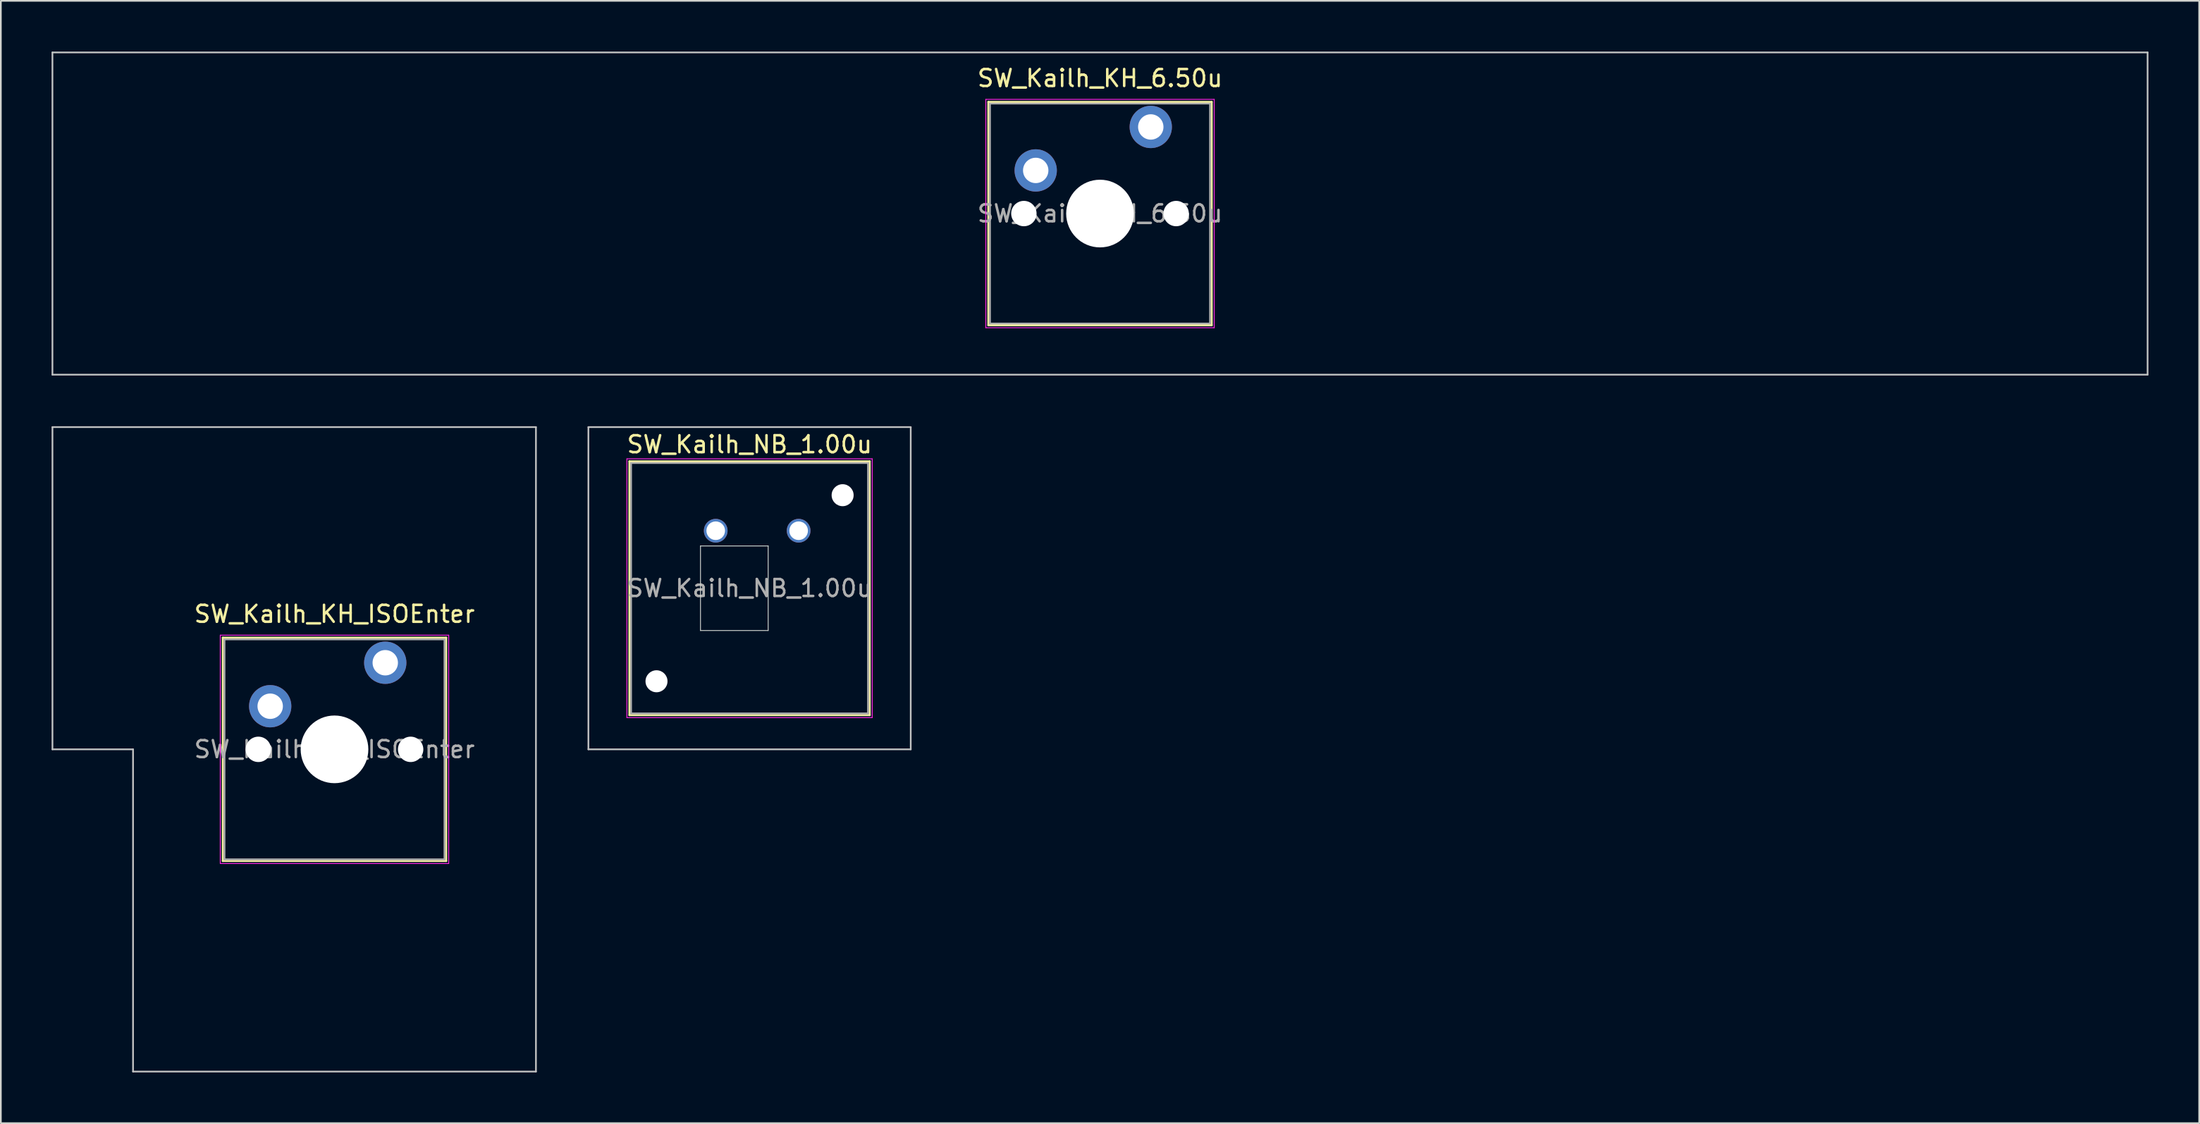
<source format=kicad_pcb>
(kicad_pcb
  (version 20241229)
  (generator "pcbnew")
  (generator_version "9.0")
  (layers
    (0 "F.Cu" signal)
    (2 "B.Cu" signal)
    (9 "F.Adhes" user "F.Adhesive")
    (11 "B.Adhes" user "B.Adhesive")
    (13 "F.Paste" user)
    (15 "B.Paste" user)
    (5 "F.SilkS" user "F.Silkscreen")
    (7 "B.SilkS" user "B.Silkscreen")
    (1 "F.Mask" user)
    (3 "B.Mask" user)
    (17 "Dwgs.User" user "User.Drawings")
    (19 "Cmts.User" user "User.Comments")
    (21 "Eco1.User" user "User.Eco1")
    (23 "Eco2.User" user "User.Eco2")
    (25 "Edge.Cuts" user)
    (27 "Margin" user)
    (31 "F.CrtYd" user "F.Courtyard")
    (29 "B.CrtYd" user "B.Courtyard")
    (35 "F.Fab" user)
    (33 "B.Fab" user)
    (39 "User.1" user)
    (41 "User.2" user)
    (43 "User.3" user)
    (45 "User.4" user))
  (footprint "SW_Kailh_KH_6.50u"
    (layer "F.Cu")
    (at 61.962 9.575)
    (property "Reference" "SW_Kailh_KH_6.50u" (at 0 -8 0) (layer "F.SilkS") (effects (font (size 1 1) (thickness 0.15))))
    (attr through_hole)
    (fp_line (start -6.6 -6.6) (end -6.6 6.6) (stroke (width 0.12) (type solid)) (layer "F.SilkS"))
    (fp_line (start -6.6 6.6) (end 6.6 6.6) (stroke (width 0.12) (type solid)) (layer "F.SilkS"))
    (fp_line (start 6.6 -6.6) (end -6.6 -6.6) (stroke (width 0.12) (type solid)) (layer "F.SilkS"))
    (fp_line (start 6.6 6.6) (end 6.6 -6.6) (stroke (width 0.12) (type solid)) (layer "F.SilkS"))
    (fp_line (start -61.913 -9.525) (end -61.913 9.525) (stroke (width 0.1) (type solid)) (layer "Dwgs.User"))
    (fp_line (start -61.913 9.525) (end 61.913 9.525) (stroke (width 0.1) (type solid)) (layer "Dwgs.User"))
    (fp_line (start 61.913 -9.525) (end -61.913 -9.525) (stroke (width 0.1) (type solid)) (layer "Dwgs.User"))
    (fp_line (start 61.913 9.525) (end 61.913 -9.525) (stroke (width 0.1) (type solid)) (layer "Dwgs.User"))
    (fp_line (start -6.1 -6.1) (end -6.1 6.1) (stroke (width 0.1) (type solid)) (layer "Eco1.User"))
    (fp_line (start -6.1 6.1) (end 6.1 6.1) (stroke (width 0.1) (type solid)) (layer "Eco1.User"))
    (fp_line (start 6.1 -6.1) (end -6.1 -6.1) (stroke (width 0.1) (type solid)) (layer "Eco1.User"))
    (fp_line (start 6.1 6.1) (end 6.1 -6.1) (stroke (width 0.1) (type solid)) (layer "Eco1.User"))
    (fp_line (start -6.75 -6.75) (end -6.75 6.75) (stroke (width 0.05) (type solid)) (layer "F.CrtYd"))
    (fp_line (start -6.75 6.75) (end 6.75 6.75) (stroke (width 0.05) (type solid)) (layer "F.CrtYd"))
    (fp_line (start 6.75 -6.75) (end -6.75 -6.75) (stroke (width 0.05) (type solid)) (layer "F.CrtYd"))
    (fp_line (start 6.75 6.75) (end 6.75 -6.75) (stroke (width 0.05) (type solid)) (layer "F.CrtYd"))
    (fp_line (start -6.5 -6.5) (end -6.5 6.5) (stroke (width 0.1) (type solid)) (layer "F.Fab"))
    (fp_line (start -6.5 6.5) (end 6.5 6.5) (stroke (width 0.1) (type solid)) (layer "F.Fab"))
    (fp_line (start 6.5 -6.5) (end -6.5 -6.5) (stroke (width 0.1) (type solid)) (layer "F.Fab"))
    (fp_line (start 6.5 6.5) (end 6.5 -6.5) (stroke (width 0.1) (type solid)) (layer "F.Fab"))
    (fp_text user "${REFERENCE}" (at 0 0 0) (layer "F.Fab") (effects (font (size 1 1) (thickness 0.15))))
    (pad "" np_thru_hole circle (at -4.5 0) (size 1.5 1.5) (drill 1.5) (layers "*.Cu" "*.Mask"))
    (pad "" smd circle (at -3.8 -2.55) (size 1.55 1.55) (layers "F.Mask"))
    (pad "" np_thru_hole circle (at 0 0) (size 4 4) (drill 4) (layers "*.Cu" "*.Mask"))
    (pad "" smd circle (at 3 -5.12) (size 1.55 1.55) (layers "F.Mask"))
    (pad "" np_thru_hole circle (at 4.5 0) (size 1.5 1.5) (drill 1.5) (layers "*.Cu" "*.Mask"))
    (pad "1" thru_hole circle (at -3.8 -2.55) (size 2.5 2.5) (drill 1.5) (layers "*.Cu" "B.Mask"))
    (pad "2" thru_hole circle (at 3 -5.12) (size 2.5 2.5) (drill 1.5) (layers "*.Cu" "B.Mask")))
  (footprint "SW_Kailh_NB_1.00u"
    (layer "F.Cu")
    (at 41.25 31.725)
    (property "Reference" "SW_Kailh_NB_1.00u" (at 0 -8.5 0) (layer "F.SilkS") (effects (font (size 1 1) (thickness 0.15))))
    (attr through_hole)
    (fp_line (start -7.1 -7.5) (end -7.1 7.5) (stroke (width 0.12) (type solid)) (layer "F.SilkS"))
    (fp_line (start -7.1 7.5) (end 7.1 7.5) (stroke (width 0.12) (type solid)) (layer "F.SilkS"))
    (fp_line (start 7.1 -7.5) (end -7.1 -7.5) (stroke (width 0.12) (type solid)) (layer "F.SilkS"))
    (fp_line (start 7.1 7.5) (end 7.1 -7.5) (stroke (width 0.12) (type solid)) (layer "F.SilkS"))
    (fp_line (start -9.525 -9.525) (end -9.525 9.525) (stroke (width 0.1) (type solid)) (layer "Dwgs.User"))
    (fp_line (start -9.525 9.525) (end 9.525 9.525) (stroke (width 0.1) (type solid)) (layer "Dwgs.User"))
    (fp_line (start 9.525 -9.525) (end -9.525 -9.525) (stroke (width 0.1) (type solid)) (layer "Dwgs.User"))
    (fp_line (start 9.525 9.525) (end 9.525 -9.525) (stroke (width 0.1) (type solid)) (layer "Dwgs.User"))
    (fp_line (start -2.9 -2.5) (end 1.1 -2.5) (stroke (width 0.05) (type solid)) (layer "Edge.Cuts"))
    (fp_line (start -2.9 2.5) (end -2.9 -2.5) (stroke (width 0.05) (type solid)) (layer "Edge.Cuts"))
    (fp_line (start 1.1 -2.5) (end 1.1 2.5) (stroke (width 0.05) (type solid)) (layer "Edge.Cuts"))
    (fp_line (start 1.1 2.5) (end -2.9 2.5) (stroke (width 0.05) (type solid)) (layer "Edge.Cuts"))
    (fp_line (start -7.25 -7.65) (end -7.25 7.65) (stroke (width 0.05) (type solid)) (layer "F.CrtYd"))
    (fp_line (start -7.25 7.65) (end 7.25 7.65) (stroke (width 0.05) (type solid)) (layer "F.CrtYd"))
    (fp_line (start 7.25 -7.65) (end -7.25 -7.65) (stroke (width 0.05) (type solid)) (layer "F.CrtYd"))
    (fp_line (start 7.25 7.65) (end 7.25 -7.65) (stroke (width 0.05) (type solid)) (layer "F.CrtYd"))
    (fp_line (start -7 -7.4) (end -7 7.4) (stroke (width 0.1) (type solid)) (layer "F.Fab"))
    (fp_line (start -7 7.4) (end 7 7.4) (stroke (width 0.1) (type solid)) (layer "F.Fab"))
    (fp_line (start 7 -7.4) (end -7 -7.4) (stroke (width 0.1) (type solid)) (layer "F.Fab"))
    (fp_line (start 7 7.4) (end 7 -7.4) (stroke (width 0.1) (type solid)) (layer "F.Fab"))
    (fp_text user "${REFERENCE}" (at 0 0 0) (layer "F.Fab") (effects (font (size 1 1) (thickness 0.15))))
    (pad "" np_thru_hole circle (at -5.5 5.5) (size 1.3 1.3) (drill 1.3) (layers "*.Cu" "*.Mask"))
    (pad "" smd circle (at -2 -3.4) (size 1.15 1.15) (layers "F.Mask"))
    (pad "" smd circle (at 2.9 -3.4) (size 1.15 1.15) (layers "F.Mask"))
    (pad "" np_thru_hole circle (at 5.5 -5.5) (size 1.3 1.3) (drill 1.3) (layers "*.Cu" "*.Mask"))
    (pad "1" thru_hole circle (at -2 -3.4) (size 1.4 1.4) (drill 1.1) (layers "*.Cu" "B.Mask"))
    (pad "2" thru_hole circle (at 2.9 -3.4) (size 1.4 1.4) (drill 1.1) (layers "*.Cu" "B.Mask")))
  (footprint "SW_Kailh_KH_ISOEnter"
    (layer "F.Cu")
    (at 16.719 41.25)
    (property "Reference" "SW_Kailh_KH_ISOEnter" (at 0 -8 0) (layer "F.SilkS") (effects (font (size 1 1) (thickness 0.15))))
    (attr through_hole)
    (fp_line (start -6.6 -6.6) (end -6.6 6.6) (stroke (width 0.12) (type solid)) (layer "F.SilkS"))
    (fp_line (start -6.6 6.6) (end 6.6 6.6) (stroke (width 0.12) (type solid)) (layer "F.SilkS"))
    (fp_line (start 6.6 -6.6) (end -6.6 -6.6) (stroke (width 0.12) (type solid)) (layer "F.SilkS"))
    (fp_line (start 6.6 6.6) (end 6.6 -6.6) (stroke (width 0.12) (type solid)) (layer "F.SilkS"))
    (fp_line (start -16.669 -19.05) (end -16.669 0) (stroke (width 0.1) (type solid)) (layer "Dwgs.User"))
    (fp_line (start -16.669 0) (end -11.906 0) (stroke (width 0.1) (type solid)) (layer "Dwgs.User"))
    (fp_line (start -11.906 0) (end -11.906 19.05) (stroke (width 0.1) (type solid)) (layer "Dwgs.User"))
    (fp_line (start -11.906 19.05) (end 11.906 19.05) (stroke (width 0.1) (type solid)) (layer "Dwgs.User"))
    (fp_line (start 11.906 -19.05) (end -16.669 -19.05) (stroke (width 0.1) (type solid)) (layer "Dwgs.User"))
    (fp_line (start 11.906 19.05) (end 11.906 -19.05) (stroke (width 0.1) (type solid)) (layer "Dwgs.User"))
    (fp_line (start -6.1 -6.1) (end -6.1 6.1) (stroke (width 0.1) (type solid)) (layer "Eco1.User"))
    (fp_line (start -6.1 6.1) (end 6.1 6.1) (stroke (width 0.1) (type solid)) (layer "Eco1.User"))
    (fp_line (start 6.1 -6.1) (end -6.1 -6.1) (stroke (width 0.1) (type solid)) (layer "Eco1.User"))
    (fp_line (start 6.1 6.1) (end 6.1 -6.1) (stroke (width 0.1) (type solid)) (layer "Eco1.User"))
    (fp_line (start -6.75 -6.75) (end -6.75 6.75) (stroke (width 0.05) (type solid)) (layer "F.CrtYd"))
    (fp_line (start -6.75 6.75) (end 6.75 6.75) (stroke (width 0.05) (type solid)) (layer "F.CrtYd"))
    (fp_line (start 6.75 -6.75) (end -6.75 -6.75) (stroke (width 0.05) (type solid)) (layer "F.CrtYd"))
    (fp_line (start 6.75 6.75) (end 6.75 -6.75) (stroke (width 0.05) (type solid)) (layer "F.CrtYd"))
    (fp_line (start -6.5 -6.5) (end -6.5 6.5) (stroke (width 0.1) (type solid)) (layer "F.Fab"))
    (fp_line (start -6.5 6.5) (end 6.5 6.5) (stroke (width 0.1) (type solid)) (layer "F.Fab"))
    (fp_line (start 6.5 -6.5) (end -6.5 -6.5) (stroke (width 0.1) (type solid)) (layer "F.Fab"))
    (fp_line (start 6.5 6.5) (end 6.5 -6.5) (stroke (width 0.1) (type solid)) (layer "F.Fab"))
    (fp_text user "${REFERENCE}" (at 0 0 0) (layer "F.Fab") (effects (font (size 1 1) (thickness 0.15))))
    (pad "" np_thru_hole circle (at -4.5 0) (size 1.5 1.5) (drill 1.5) (layers "*.Cu" "*.Mask"))
    (pad "" smd circle (at -3.8 -2.55) (size 1.55 1.55) (layers "F.Mask"))
    (pad "" np_thru_hole circle (at 0 0) (size 4 4) (drill 4) (layers "*.Cu" "*.Mask"))
    (pad "" smd circle (at 3 -5.12) (size 1.55 1.55) (layers "F.Mask"))
    (pad "" np_thru_hole circle (at 4.5 0) (size 1.5 1.5) (drill 1.5) (layers "*.Cu" "*.Mask"))
    (pad "1" thru_hole circle (at -3.8 -2.55) (size 2.5 2.5) (drill 1.5) (layers "*.Cu" "B.Mask"))
    (pad "2" thru_hole circle (at 3 -5.12) (size 2.5 2.5) (drill 1.5) (layers "*.Cu" "B.Mask")))
  (gr_rect
    (start -3 -3)
    (end 126.925 63.35)
    (stroke (width 0.1) (type default))
    (fill no)
    (layer "Edge.Cuts")))
</source>
